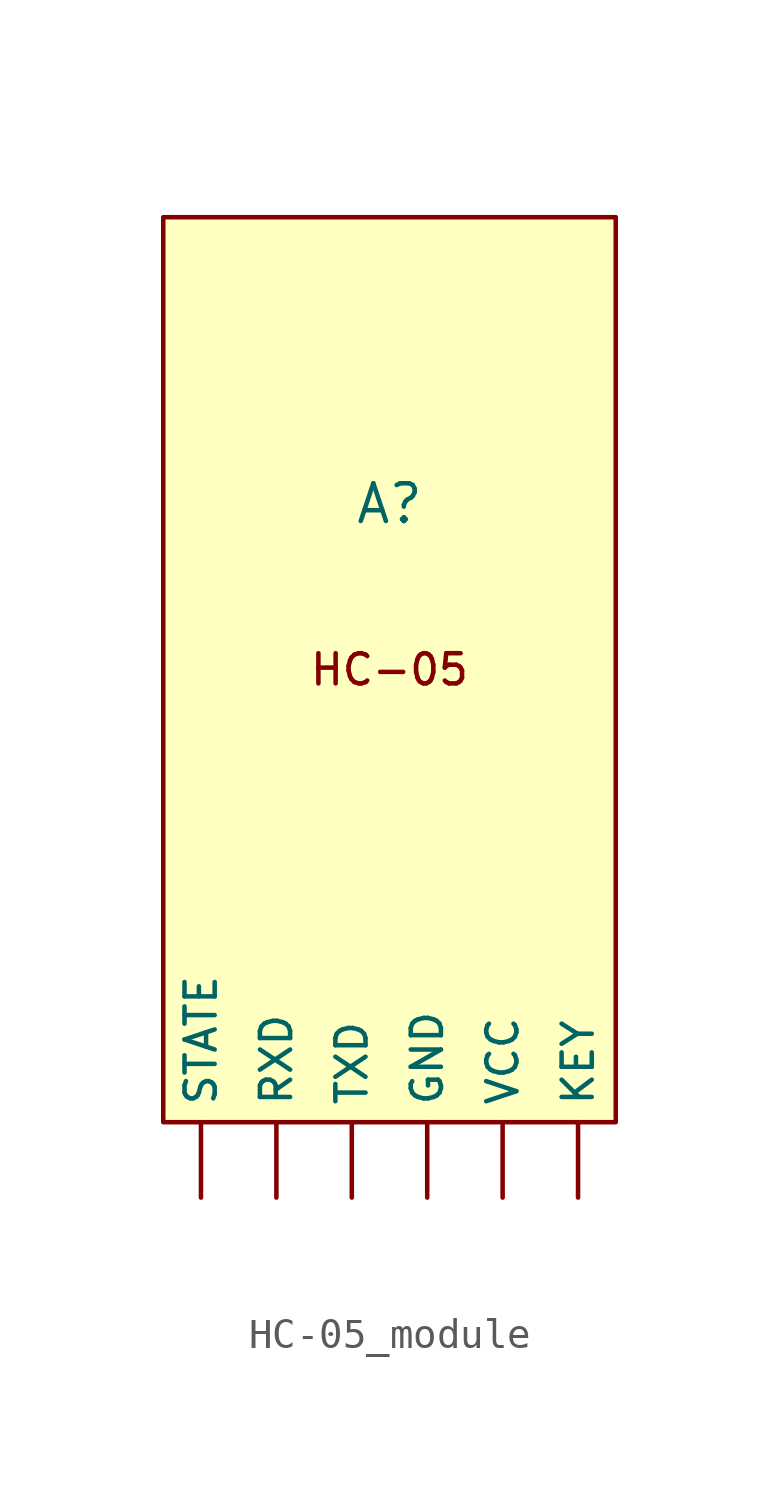
<source format=kicad_sym>
(kicad_symbol_lib
  (version 20241209)
  (generator "kicad_symbol_editor")
  (generator_version "9.0")
  (symbol "HC-05_module"
    (property "Reference" "A"
      (at 0 5.588 0)
      (effects (font (size 1.27 1.27))))
    (property "Value" ""
      (at 0 -6.35 0)
      (effects (font (size 1.27 1.27))))
    (symbol "HC-05_module_0_1"
      (rectangle (start -7.62 15.24) (end 7.62 -15.24) (stroke (width 0) (type default)) (fill (type background))))
    (symbol "HC-05_module_1_1"
      (text "HC-05\n" (at 0 0 0) (effects (font (size 1.016 1.016))))
      (pin output line (at -6.35 -17.78 90) (length 2.54) (name "STATE" (effects (font (size 1.016 1.016)))) (number "" (effects (font (size 1.27 1.27)))))
      (pin input line (at -3.81 -17.78 90) (length 2.54) (name "RXD" (effects (font (size 1.016 1.016)))) (number "" (effects (font (size 1.27 1.27)))))
      (pin output line (at -1.27 -17.78 90) (length 2.54) (name "TXD" (effects (font (size 1.016 1.016)))) (number "" (effects (font (size 1.27 1.27)))))
      (pin power_in line (at 1.27 -17.78 90) (length 2.54) (name "GND" (effects (font (size 1.016 1.016)))) (number "" (effects (font (size 1.27 1.27)))))
      (pin power_in line (at 3.81 -17.78 90) (length 2.54) (name "VCC" (effects (font (size 1.016 1.016)))) (number "" (effects (font (size 1.27 1.27)))))
      (pin power_in line (at 6.35 -17.78 90) (length 2.54) (name "KEY" (effects (font (size 1.016 1.016)))) (number "" (effects (font (size 1.27 1.27))))))))
</source>
